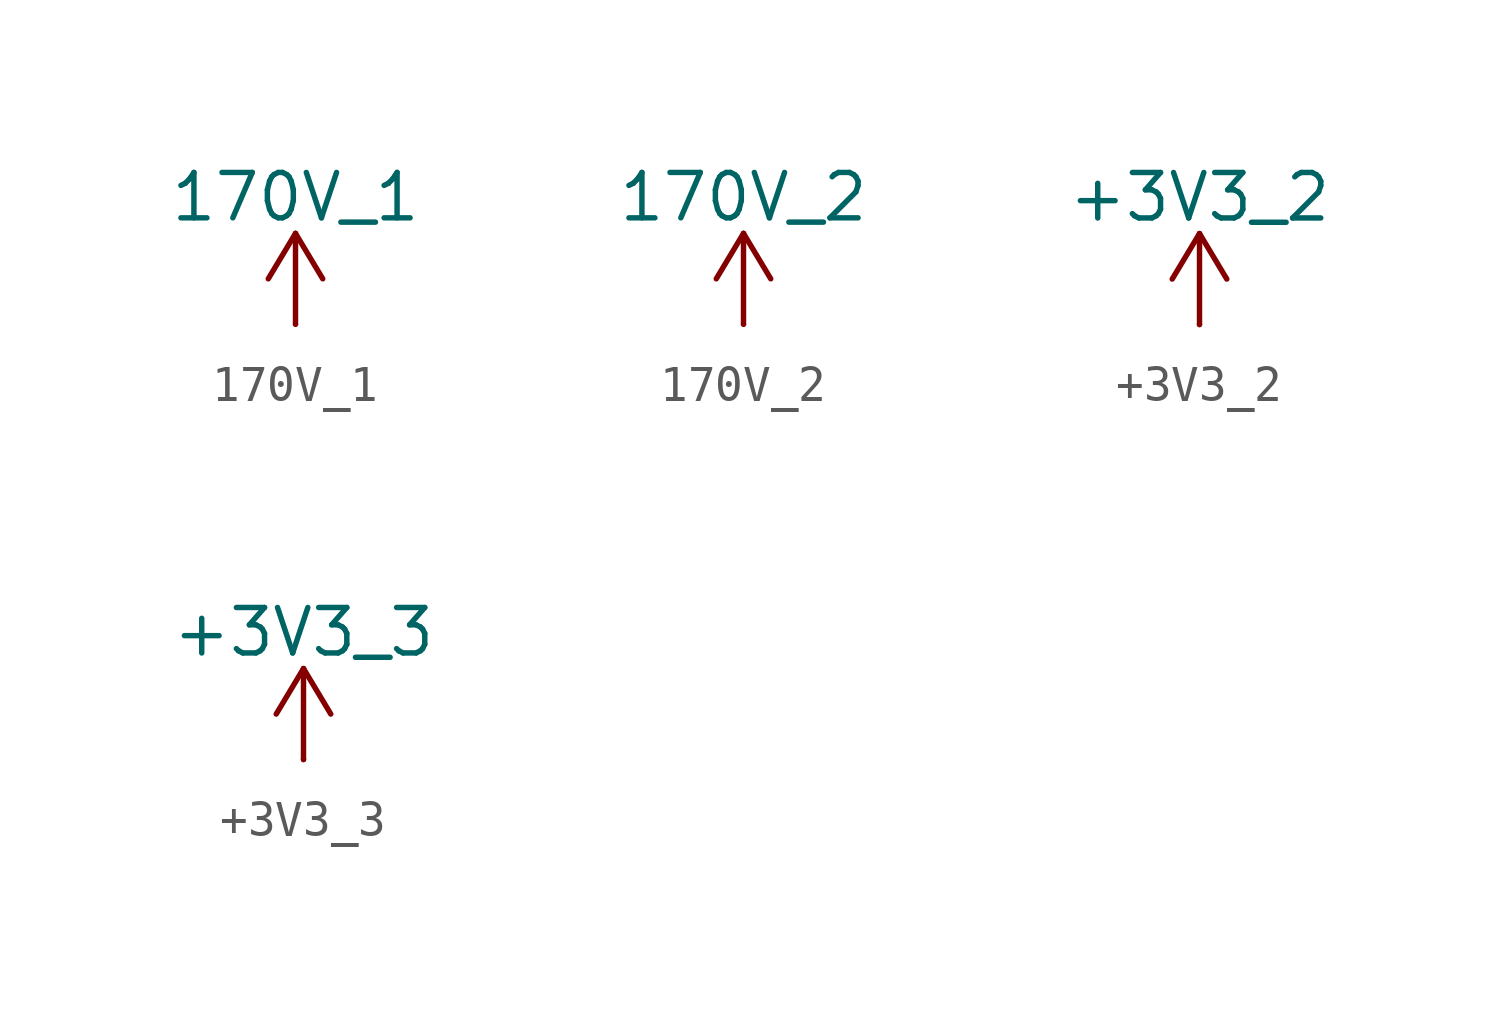
<source format=kicad_sym>
(kicad_symbol_lib
  (version 20231120)
  (generator "kicad_symbol_editor")
  (generator_version "8.0")
  (symbol "170V_1"
    (power)
    (pin_numbers hide)
    (pin_names
      (offset 0) hide)
    (property "Reference" "#PWR"
      (at 0 -3.81 0)
      (effects (font (size 1.27 1.27)) (hide yes)))
    (property "Value" "170V_1"
      (at 0 3.556 0)
      (effects (font (size 1.27 1.27))))
    (symbol "170V_1_0_1"
      (polyline (pts (xy -0.762 1.27) (xy 0 2.54)) (stroke (width 0) (type default)) (fill (type none)))
      (polyline (pts (xy 0 0) (xy 0 2.54)) (stroke (width 0) (type default)) (fill (type none)))
      (polyline (pts (xy 0 2.54) (xy 0.762 1.27)) (stroke (width 0) (type default)) (fill (type none))))
    (symbol "170V_1_1_1"
      (pin power_in line (at 0 0 90) (length 0) (name "~" (effects (font (size 1.27 1.27)))) (number "1" (effects (font (size 1.27 1.27)))))))
  (symbol "170V_2"
    (power)
    (pin_numbers hide)
    (pin_names
      (offset 0) hide)
    (property "Reference" "#PWR"
      (at 0 -3.81 0)
      (effects (font (size 1.27 1.27)) (hide yes)))
    (property "Value" "170V_2"
      (at 0 3.556 0)
      (effects (font (size 1.27 1.27))))
    (symbol "170V_2_0_1"
      (polyline (pts (xy -0.762 1.27) (xy 0 2.54)) (stroke (width 0) (type default)) (fill (type none)))
      (polyline (pts (xy 0 0) (xy 0 2.54)) (stroke (width 0) (type default)) (fill (type none)))
      (polyline (pts (xy 0 2.54) (xy 0.762 1.27)) (stroke (width 0) (type default)) (fill (type none))))
    (symbol "170V_2_1_1"
      (pin power_in line (at 0 0 90) (length 0) (name "~" (effects (font (size 1.27 1.27)))) (number "1" (effects (font (size 1.27 1.27)))))))
  (symbol "+3V3_2"
    (power)
    (pin_numbers hide)
    (pin_names
      (offset 0) hide)
    (property "Reference" "#PWR"
      (at 0 -3.81 0)
      (effects (font (size 1.27 1.27)) (hide yes)))
    (property "Value" "+3V3_2"
      (at 0 3.556 0)
      (effects (font (size 1.27 1.27))))
    (symbol "+3V3_2_0_1"
      (polyline (pts (xy -0.762 1.27) (xy 0 2.54)) (stroke (width 0) (type default)) (fill (type none)))
      (polyline (pts (xy 0 0) (xy 0 2.54)) (stroke (width 0) (type default)) (fill (type none)))
      (polyline (pts (xy 0 2.54) (xy 0.762 1.27)) (stroke (width 0) (type default)) (fill (type none))))
    (symbol "+3V3_2_1_1"
      (pin power_in line (at 0 0 90) (length 0) (name "~" (effects (font (size 1.27 1.27)))) (number "1" (effects (font (size 1.27 1.27)))))))
  (symbol "+3V3_3"
    (power)
    (pin_numbers hide)
    (pin_names
      (offset 0) hide)
    (property "Reference" "#PWR"
      (at 0 -3.81 0)
      (effects (font (size 1.27 1.27)) (hide yes)))
    (property "Value" "+3V3_3"
      (at 0 3.556 0)
      (effects (font (size 1.27 1.27))))
    (symbol "+3V3_3_0_1"
      (polyline (pts (xy -0.762 1.27) (xy 0 2.54)) (stroke (width 0) (type default)) (fill (type none)))
      (polyline (pts (xy 0 0) (xy 0 2.54)) (stroke (width 0) (type default)) (fill (type none)))
      (polyline (pts (xy 0 2.54) (xy 0.762 1.27)) (stroke (width 0) (type default)) (fill (type none))))
    (symbol "+3V3_3_1_1"
      (pin power_in line (at 0 0 90) (length 0) (name "~" (effects (font (size 1.27 1.27)))) (number "1" (effects (font (size 1.27 1.27))))))))
</source>
